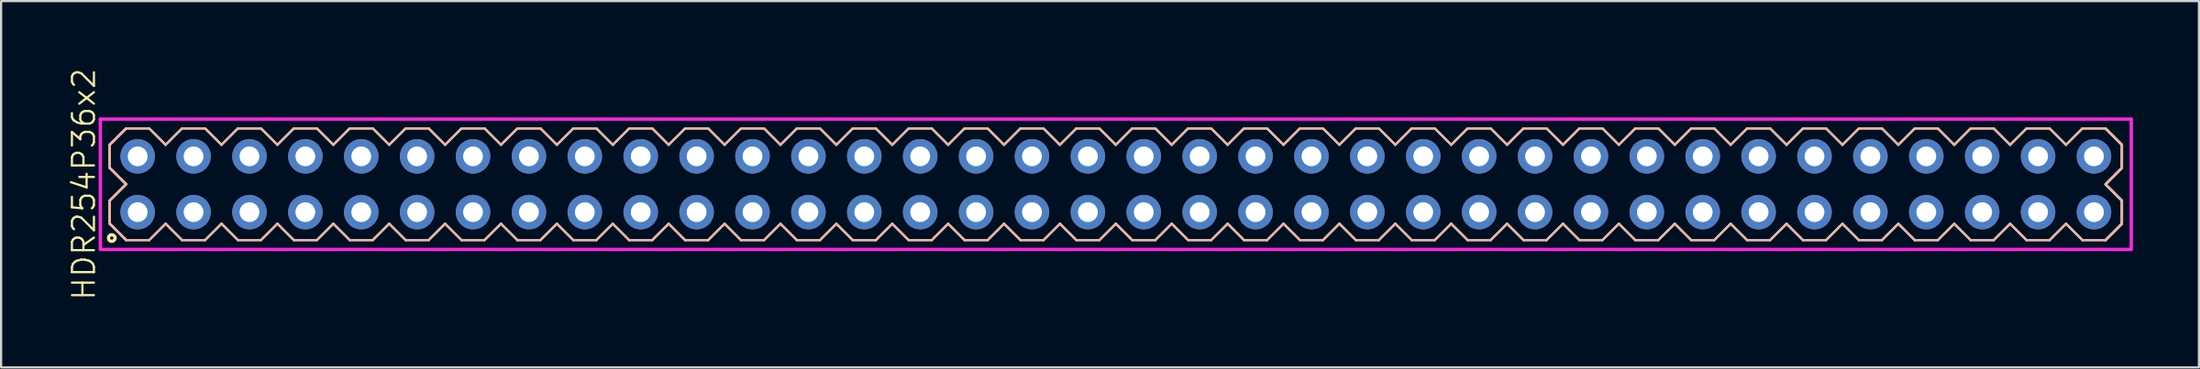
<source format=kicad_pcb>
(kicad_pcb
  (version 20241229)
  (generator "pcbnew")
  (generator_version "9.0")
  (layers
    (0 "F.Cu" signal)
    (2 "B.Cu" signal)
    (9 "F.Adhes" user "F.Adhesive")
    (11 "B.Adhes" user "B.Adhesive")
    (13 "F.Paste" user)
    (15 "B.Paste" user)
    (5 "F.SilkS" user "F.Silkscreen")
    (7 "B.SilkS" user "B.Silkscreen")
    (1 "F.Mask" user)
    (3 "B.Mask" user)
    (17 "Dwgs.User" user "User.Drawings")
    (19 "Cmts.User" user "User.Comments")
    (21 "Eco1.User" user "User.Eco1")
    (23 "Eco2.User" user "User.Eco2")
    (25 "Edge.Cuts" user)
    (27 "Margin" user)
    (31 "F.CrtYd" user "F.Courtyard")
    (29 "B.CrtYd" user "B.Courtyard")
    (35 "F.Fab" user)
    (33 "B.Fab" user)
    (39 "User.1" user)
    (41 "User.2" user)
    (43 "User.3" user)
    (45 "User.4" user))
  (footprint "HDR254P36x2"
    (layer "F.Cu")
    (at 47.656 5.336)
    (property "Reference" "HDR254P36x2" (at -46.895 0 90) (layer "F.SilkS") (effects (font (size 1 1) (thickness 0.1))))
    (attr through_hole)
    (fp_line (start -45.72 -1.796) (end -44.976 -2.54) (stroke (width 0.1) (type solid)) (layer "F.SilkS"))
    (fp_line (start -45.72 -1.796) (end -44.976 -2.54) (stroke (width 0.1) (type solid)) (layer "F.SilkS"))
    (fp_line (start -45.72 -0.744) (end -45.72 -1.796) (stroke (width 0.1) (type solid)) (layer "F.SilkS"))
    (fp_line (start -45.72 -0.744) (end -45.72 -1.796) (stroke (width 0.1) (type solid)) (layer "F.SilkS"))
    (fp_line (start -45.72 0.744) (end -44.976 0) (stroke (width 0.1) (type solid)) (layer "F.SilkS"))
    (fp_line (start -45.72 0.744) (end -44.976 0) (stroke (width 0.1) (type solid)) (layer "F.SilkS"))
    (fp_line (start -45.72 1.796) (end -45.72 0.744) (stroke (width 0.1) (type solid)) (layer "F.SilkS"))
    (fp_line (start -45.72 1.796) (end -45.72 0.744) (stroke (width 0.1) (type solid)) (layer "F.SilkS"))
    (fp_line (start -44.976 -2.54) (end -43.924 -2.54) (stroke (width 0.1) (type solid)) (layer "F.SilkS"))
    (fp_line (start -44.976 0) (end -45.72 -0.744) (stroke (width 0.1) (type solid)) (layer "F.SilkS"))
    (fp_line (start -44.976 0) (end -45.72 -0.744) (stroke (width 0.1) (type solid)) (layer "F.SilkS"))
    (fp_line (start -44.976 2.54) (end -45.72 1.796) (stroke (width 0.1) (type solid)) (layer "F.SilkS"))
    (fp_line (start -44.976 2.54) (end -45.72 1.796) (stroke (width 0.1) (type solid)) (layer "F.SilkS"))
    (fp_line (start -43.924 -2.54) (end -43.18 -1.796) (stroke (width 0.1) (type solid)) (layer "F.SilkS"))
    (fp_line (start -43.924 2.54) (end -44.976 2.54) (stroke (width 0.1) (type solid)) (layer "F.SilkS"))
    (fp_line (start -43.18 -1.796) (end -42.436 -2.54) (stroke (width 0.1) (type solid)) (layer "F.SilkS"))
    (fp_line (start -43.18 1.796) (end -43.924 2.54) (stroke (width 0.1) (type solid)) (layer "F.SilkS"))
    (fp_line (start -42.436 -2.54) (end -41.384 -2.54) (stroke (width 0.1) (type solid)) (layer "F.SilkS"))
    (fp_line (start -42.436 2.54) (end -43.18 1.796) (stroke (width 0.1) (type solid)) (layer "F.SilkS"))
    (fp_line (start -41.384 -2.54) (end -40.64 -1.796) (stroke (width 0.1) (type solid)) (layer "F.SilkS"))
    (fp_line (start -41.384 2.54) (end -42.436 2.54) (stroke (width 0.1) (type solid)) (layer "F.SilkS"))
    (fp_line (start -40.64 -1.796) (end -39.896 -2.54) (stroke (width 0.1) (type solid)) (layer "F.SilkS"))
    (fp_line (start -40.64 1.796) (end -41.384 2.54) (stroke (width 0.1) (type solid)) (layer "F.SilkS"))
    (fp_line (start -39.896 -2.54) (end -38.844 -2.54) (stroke (width 0.1) (type solid)) (layer "F.SilkS"))
    (fp_line (start -39.896 2.54) (end -40.64 1.796) (stroke (width 0.1) (type solid)) (layer "F.SilkS"))
    (fp_line (start -38.844 -2.54) (end -38.1 -1.796) (stroke (width 0.1) (type solid)) (layer "F.SilkS"))
    (fp_line (start -38.844 2.54) (end -39.896 2.54) (stroke (width 0.1) (type solid)) (layer "F.SilkS"))
    (fp_line (start -38.1 -1.796) (end -37.356 -2.54) (stroke (width 0.1) (type solid)) (layer "F.SilkS"))
    (fp_line (start -38.1 1.796) (end -38.844 2.54) (stroke (width 0.1) (type solid)) (layer "F.SilkS"))
    (fp_line (start -37.356 -2.54) (end -36.304 -2.54) (stroke (width 0.1) (type solid)) (layer "F.SilkS"))
    (fp_line (start -37.356 2.54) (end -38.1 1.796) (stroke (width 0.1) (type solid)) (layer "F.SilkS"))
    (fp_line (start -36.304 -2.54) (end -35.56 -1.796) (stroke (width 0.1) (type solid)) (layer "F.SilkS"))
    (fp_line (start -36.304 2.54) (end -37.356 2.54) (stroke (width 0.1) (type solid)) (layer "F.SilkS"))
    (fp_line (start -35.56 -1.796) (end -34.816 -2.54) (stroke (width 0.1) (type solid)) (layer "F.SilkS"))
    (fp_line (start -35.56 1.796) (end -36.304 2.54) (stroke (width 0.1) (type solid)) (layer "F.SilkS"))
    (fp_line (start -34.816 -2.54) (end -33.764 -2.54) (stroke (width 0.1) (type solid)) (layer "F.SilkS"))
    (fp_line (start -34.816 2.54) (end -35.56 1.796) (stroke (width 0.1) (type solid)) (layer "F.SilkS"))
    (fp_line (start -33.764 -2.54) (end -33.02 -1.796) (stroke (width 0.1) (type solid)) (layer "F.SilkS"))
    (fp_line (start -33.764 2.54) (end -34.816 2.54) (stroke (width 0.1) (type solid)) (layer "F.SilkS"))
    (fp_line (start -33.02 -1.796) (end -32.276 -2.54) (stroke (width 0.1) (type solid)) (layer "F.SilkS"))
    (fp_line (start -33.02 1.796) (end -33.764 2.54) (stroke (width 0.1) (type solid)) (layer "F.SilkS"))
    (fp_line (start -32.276 -2.54) (end -31.224 -2.54) (stroke (width 0.1) (type solid)) (layer "F.SilkS"))
    (fp_line (start -32.276 2.54) (end -33.02 1.796) (stroke (width 0.1) (type solid)) (layer "F.SilkS"))
    (fp_line (start -31.224 -2.54) (end -30.48 -1.796) (stroke (width 0.1) (type solid)) (layer "F.SilkS"))
    (fp_line (start -31.224 2.54) (end -32.276 2.54) (stroke (width 0.1) (type solid)) (layer "F.SilkS"))
    (fp_line (start -30.48 -1.796) (end -29.736 -2.54) (stroke (width 0.1) (type solid)) (layer "F.SilkS"))
    (fp_line (start -30.48 1.796) (end -31.224 2.54) (stroke (width 0.1) (type solid)) (layer "F.SilkS"))
    (fp_line (start -29.736 -2.54) (end -28.684 -2.54) (stroke (width 0.1) (type solid)) (layer "F.SilkS"))
    (fp_line (start -29.736 2.54) (end -30.48 1.796) (stroke (width 0.1) (type solid)) (layer "F.SilkS"))
    (fp_line (start -28.684 -2.54) (end -27.94 -1.796) (stroke (width 0.1) (type solid)) (layer "F.SilkS"))
    (fp_line (start -28.684 2.54) (end -29.736 2.54) (stroke (width 0.1) (type solid)) (layer "F.SilkS"))
    (fp_line (start -27.94 -1.796) (end -27.196 -2.54) (stroke (width 0.1) (type solid)) (layer "F.SilkS"))
    (fp_line (start -27.94 1.796) (end -28.684 2.54) (stroke (width 0.1) (type solid)) (layer "F.SilkS"))
    (fp_line (start -27.196 -2.54) (end -26.144 -2.54) (stroke (width 0.1) (type solid)) (layer "F.SilkS"))
    (fp_line (start -27.196 2.54) (end -27.94 1.796) (stroke (width 0.1) (type solid)) (layer "F.SilkS"))
    (fp_line (start -26.144 -2.54) (end -25.4 -1.796) (stroke (width 0.1) (type solid)) (layer "F.SilkS"))
    (fp_line (start -26.144 2.54) (end -27.196 2.54) (stroke (width 0.1) (type solid)) (layer "F.SilkS"))
    (fp_line (start -25.4 -1.796) (end -24.656 -2.54) (stroke (width 0.1) (type solid)) (layer "F.SilkS"))
    (fp_line (start -25.4 1.796) (end -26.144 2.54) (stroke (width 0.1) (type solid)) (layer "F.SilkS"))
    (fp_line (start -24.656 -2.54) (end -23.604 -2.54) (stroke (width 0.1) (type solid)) (layer "F.SilkS"))
    (fp_line (start -24.656 2.54) (end -25.4 1.796) (stroke (width 0.1) (type solid)) (layer "F.SilkS"))
    (fp_line (start -23.604 -2.54) (end -22.86 -1.796) (stroke (width 0.1) (type solid)) (layer "F.SilkS"))
    (fp_line (start -23.604 2.54) (end -24.656 2.54) (stroke (width 0.1) (type solid)) (layer "F.SilkS"))
    (fp_line (start -22.86 -1.796) (end -22.116 -2.54) (stroke (width 0.1) (type solid)) (layer "F.SilkS"))
    (fp_line (start -22.86 1.796) (end -23.604 2.54) (stroke (width 0.1) (type solid)) (layer "F.SilkS"))
    (fp_line (start -22.116 -2.54) (end -21.064 -2.54) (stroke (width 0.1) (type solid)) (layer "F.SilkS"))
    (fp_line (start -22.116 2.54) (end -22.86 1.796) (stroke (width 0.1) (type solid)) (layer "F.SilkS"))
    (fp_line (start -21.064 -2.54) (end -20.32 -1.796) (stroke (width 0.1) (type solid)) (layer "F.SilkS"))
    (fp_line (start -21.064 2.54) (end -22.116 2.54) (stroke (width 0.1) (type solid)) (layer "F.SilkS"))
    (fp_line (start -20.32 -1.796) (end -19.576 -2.54) (stroke (width 0.1) (type solid)) (layer "F.SilkS"))
    (fp_line (start -20.32 1.796) (end -21.064 2.54) (stroke (width 0.1) (type solid)) (layer "F.SilkS"))
    (fp_line (start -19.576 -2.54) (end -18.524 -2.54) (stroke (width 0.1) (type solid)) (layer "F.SilkS"))
    (fp_line (start -19.576 2.54) (end -20.32 1.796) (stroke (width 0.1) (type solid)) (layer "F.SilkS"))
    (fp_line (start -18.524 -2.54) (end -17.78 -1.796) (stroke (width 0.1) (type solid)) (layer "F.SilkS"))
    (fp_line (start -18.524 2.54) (end -19.576 2.54) (stroke (width 0.1) (type solid)) (layer "F.SilkS"))
    (fp_line (start -17.78 -1.796) (end -17.036 -2.54) (stroke (width 0.1) (type solid)) (layer "F.SilkS"))
    (fp_line (start -17.78 1.796) (end -18.524 2.54) (stroke (width 0.1) (type solid)) (layer "F.SilkS"))
    (fp_line (start -17.036 -2.54) (end -15.984 -2.54) (stroke (width 0.1) (type solid)) (layer "F.SilkS"))
    (fp_line (start -17.036 2.54) (end -17.78 1.796) (stroke (width 0.1) (type solid)) (layer "F.SilkS"))
    (fp_line (start -15.984 -2.54) (end -15.24 -1.796) (stroke (width 0.1) (type solid)) (layer "F.SilkS"))
    (fp_line (start -15.984 2.54) (end -17.036 2.54) (stroke (width 0.1) (type solid)) (layer "F.SilkS"))
    (fp_line (start -15.24 -1.796) (end -14.496 -2.54) (stroke (width 0.1) (type solid)) (layer "F.SilkS"))
    (fp_line (start -15.24 1.796) (end -15.984 2.54) (stroke (width 0.1) (type solid)) (layer "F.SilkS"))
    (fp_line (start -14.496 -2.54) (end -13.444 -2.54) (stroke (width 0.1) (type solid)) (layer "F.SilkS"))
    (fp_line (start -14.496 2.54) (end -15.24 1.796) (stroke (width 0.1) (type solid)) (layer "F.SilkS"))
    (fp_line (start -13.444 -2.54) (end -12.7 -1.796) (stroke (width 0.1) (type solid)) (layer "F.SilkS"))
    (fp_line (start -13.444 2.54) (end -14.496 2.54) (stroke (width 0.1) (type solid)) (layer "F.SilkS"))
    (fp_line (start -12.7 -1.796) (end -11.956 -2.54) (stroke (width 0.1) (type solid)) (layer "F.SilkS"))
    (fp_line (start -12.7 1.796) (end -13.444 2.54) (stroke (width 0.1) (type solid)) (layer "F.SilkS"))
    (fp_line (start -11.956 -2.54) (end -10.904 -2.54) (stroke (width 0.1) (type solid)) (layer "F.SilkS"))
    (fp_line (start -11.956 2.54) (end -12.7 1.796) (stroke (width 0.1) (type solid)) (layer "F.SilkS"))
    (fp_line (start -10.904 -2.54) (end -10.16 -1.796) (stroke (width 0.1) (type solid)) (layer "F.SilkS"))
    (fp_line (start -10.904 2.54) (end -11.956 2.54) (stroke (width 0.1) (type solid)) (layer "F.SilkS"))
    (fp_line (start -10.16 -1.796) (end -9.416 -2.54) (stroke (width 0.1) (type solid)) (layer "F.SilkS"))
    (fp_line (start -10.16 1.796) (end -10.904 2.54) (stroke (width 0.1) (type solid)) (layer "F.SilkS"))
    (fp_line (start -9.416 -2.54) (end -8.364 -2.54) (stroke (width 0.1) (type solid)) (layer "F.SilkS"))
    (fp_line (start -9.416 2.54) (end -10.16 1.796) (stroke (width 0.1) (type solid)) (layer "F.SilkS"))
    (fp_line (start -8.364 -2.54) (end -7.62 -1.796) (stroke (width 0.1) (type solid)) (layer "F.SilkS"))
    (fp_line (start -8.364 2.54) (end -9.416 2.54) (stroke (width 0.1) (type solid)) (layer "F.SilkS"))
    (fp_line (start -7.62 -1.796) (end -6.876 -2.54) (stroke (width 0.1) (type solid)) (layer "F.SilkS"))
    (fp_line (start -7.62 1.796) (end -8.364 2.54) (stroke (width 0.1) (type solid)) (layer "F.SilkS"))
    (fp_line (start -6.876 -2.54) (end -5.824 -2.54) (stroke (width 0.1) (type solid)) (layer "F.SilkS"))
    (fp_line (start -6.876 2.54) (end -7.62 1.796) (stroke (width 0.1) (type solid)) (layer "F.SilkS"))
    (fp_line (start -5.824 -2.54) (end -5.08 -1.796) (stroke (width 0.1) (type solid)) (layer "F.SilkS"))
    (fp_line (start -5.824 2.54) (end -6.876 2.54) (stroke (width 0.1) (type solid)) (layer "F.SilkS"))
    (fp_line (start -5.08 -1.796) (end -4.336 -2.54) (stroke (width 0.1) (type solid)) (layer "F.SilkS"))
    (fp_line (start -5.08 1.796) (end -5.824 2.54) (stroke (width 0.1) (type solid)) (layer "F.SilkS"))
    (fp_line (start -4.336 -2.54) (end -3.284 -2.54) (stroke (width 0.1) (type solid)) (layer "F.SilkS"))
    (fp_line (start -4.336 2.54) (end -5.08 1.796) (stroke (width 0.1) (type solid)) (layer "F.SilkS"))
    (fp_line (start -3.284 -2.54) (end -2.54 -1.796) (stroke (width 0.1) (type solid)) (layer "F.SilkS"))
    (fp_line (start -3.284 2.54) (end -4.336 2.54) (stroke (width 0.1) (type solid)) (layer "F.SilkS"))
    (fp_line (start -2.54 -1.796) (end -1.796 -2.54) (stroke (width 0.1) (type solid)) (layer "F.SilkS"))
    (fp_line (start -2.54 1.796) (end -3.284 2.54) (stroke (width 0.1) (type solid)) (layer "F.SilkS"))
    (fp_line (start -1.796 -2.54) (end -0.744 -2.54) (stroke (width 0.1) (type solid)) (layer "F.SilkS"))
    (fp_line (start -1.796 2.54) (end -2.54 1.796) (stroke (width 0.1) (type solid)) (layer "F.SilkS"))
    (fp_line (start -0.744 -2.54) (end 0 -1.796) (stroke (width 0.1) (type solid)) (layer "F.SilkS"))
    (fp_line (start -0.744 2.54) (end -1.796 2.54) (stroke (width 0.1) (type solid)) (layer "F.SilkS"))
    (fp_line (start 0 -1.796) (end 0.744 -2.54) (stroke (width 0.1) (type solid)) (layer "F.SilkS"))
    (fp_line (start 0 1.796) (end -0.744 2.54) (stroke (width 0.1) (type solid)) (layer "F.SilkS"))
    (fp_line (start 0.744 -2.54) (end 1.796 -2.54) (stroke (width 0.1) (type solid)) (layer "F.SilkS"))
    (fp_line (start 0.744 2.54) (end 0 1.796) (stroke (width 0.1) (type solid)) (layer "F.SilkS"))
    (fp_line (start 1.796 -2.54) (end 2.54 -1.796) (stroke (width 0.1) (type solid)) (layer "F.SilkS"))
    (fp_line (start 1.796 2.54) (end 0.744 2.54) (stroke (width 0.1) (type solid)) (layer "F.SilkS"))
    (fp_line (start 2.54 -1.796) (end 3.284 -2.54) (stroke (width 0.1) (type solid)) (layer "F.SilkS"))
    (fp_line (start 2.54 1.796) (end 1.796 2.54) (stroke (width 0.1) (type solid)) (layer "F.SilkS"))
    (fp_line (start 3.284 -2.54) (end 4.336 -2.54) (stroke (width 0.1) (type solid)) (layer "F.SilkS"))
    (fp_line (start 3.284 2.54) (end 2.54 1.796) (stroke (width 0.1) (type solid)) (layer "F.SilkS"))
    (fp_line (start 4.336 -2.54) (end 5.08 -1.796) (stroke (width 0.1) (type solid)) (layer "F.SilkS"))
    (fp_line (start 4.336 2.54) (end 3.284 2.54) (stroke (width 0.1) (type solid)) (layer "F.SilkS"))
    (fp_line (start 5.08 -1.796) (end 5.824 -2.54) (stroke (width 0.1) (type solid)) (layer "F.SilkS"))
    (fp_line (start 5.08 1.796) (end 4.336 2.54) (stroke (width 0.1) (type solid)) (layer "F.SilkS"))
    (fp_line (start 5.824 -2.54) (end 6.876 -2.54) (stroke (width 0.1) (type solid)) (layer "F.SilkS"))
    (fp_line (start 5.824 2.54) (end 5.08 1.796) (stroke (width 0.1) (type solid)) (layer "F.SilkS"))
    (fp_line (start 6.876 -2.54) (end 7.62 -1.796) (stroke (width 0.1) (type solid)) (layer "F.SilkS"))
    (fp_line (start 6.876 2.54) (end 5.824 2.54) (stroke (width 0.1) (type solid)) (layer "F.SilkS"))
    (fp_line (start 7.62 -1.796) (end 8.364 -2.54) (stroke (width 0.1) (type solid)) (layer "F.SilkS"))
    (fp_line (start 7.62 1.796) (end 6.876 2.54) (stroke (width 0.1) (type solid)) (layer "F.SilkS"))
    (fp_line (start 8.364 -2.54) (end 9.416 -2.54) (stroke (width 0.1) (type solid)) (layer "F.SilkS"))
    (fp_line (start 8.364 2.54) (end 7.62 1.796) (stroke (width 0.1) (type solid)) (layer "F.SilkS"))
    (fp_line (start 9.416 -2.54) (end 10.16 -1.796) (stroke (width 0.1) (type solid)) (layer "F.SilkS"))
    (fp_line (start 9.416 2.54) (end 8.364 2.54) (stroke (width 0.1) (type solid)) (layer "F.SilkS"))
    (fp_line (start 10.16 -1.796) (end 10.904 -2.54) (stroke (width 0.1) (type solid)) (layer "F.SilkS"))
    (fp_line (start 10.16 1.796) (end 9.416 2.54) (stroke (width 0.1) (type solid)) (layer "F.SilkS"))
    (fp_line (start 10.904 -2.54) (end 11.956 -2.54) (stroke (width 0.1) (type solid)) (layer "F.SilkS"))
    (fp_line (start 10.904 2.54) (end 10.16 1.796) (stroke (width 0.1) (type solid)) (layer "F.SilkS"))
    (fp_line (start 11.956 -2.54) (end 12.7 -1.796) (stroke (width 0.1) (type solid)) (layer "F.SilkS"))
    (fp_line (start 11.956 2.54) (end 10.904 2.54) (stroke (width 0.1) (type solid)) (layer "F.SilkS"))
    (fp_line (start 12.7 -1.796) (end 13.444 -2.54) (stroke (width 0.1) (type solid)) (layer "F.SilkS"))
    (fp_line (start 12.7 1.796) (end 11.956 2.54) (stroke (width 0.1) (type solid)) (layer "F.SilkS"))
    (fp_line (start 13.444 -2.54) (end 14.496 -2.54) (stroke (width 0.1) (type solid)) (layer "F.SilkS"))
    (fp_line (start 13.444 2.54) (end 12.7 1.796) (stroke (width 0.1) (type solid)) (layer "F.SilkS"))
    (fp_line (start 14.496 -2.54) (end 15.24 -1.796) (stroke (width 0.1) (type solid)) (layer "F.SilkS"))
    (fp_line (start 14.496 2.54) (end 13.444 2.54) (stroke (width 0.1) (type solid)) (layer "F.SilkS"))
    (fp_line (start 15.24 -1.796) (end 15.984 -2.54) (stroke (width 0.1) (type solid)) (layer "F.SilkS"))
    (fp_line (start 15.24 1.796) (end 14.496 2.54) (stroke (width 0.1) (type solid)) (layer "F.SilkS"))
    (fp_line (start 15.984 -2.54) (end 17.036 -2.54) (stroke (width 0.1) (type solid)) (layer "F.SilkS"))
    (fp_line (start 15.984 2.54) (end 15.24 1.796) (stroke (width 0.1) (type solid)) (layer "F.SilkS"))
    (fp_line (start 17.036 -2.54) (end 17.78 -1.796) (stroke (width 0.1) (type solid)) (layer "F.SilkS"))
    (fp_line (start 17.036 2.54) (end 15.984 2.54) (stroke (width 0.1) (type solid)) (layer "F.SilkS"))
    (fp_line (start 17.78 -1.796) (end 18.524 -2.54) (stroke (width 0.1) (type solid)) (layer "F.SilkS"))
    (fp_line (start 17.78 1.796) (end 17.036 2.54) (stroke (width 0.1) (type solid)) (layer "F.SilkS"))
    (fp_line (start 18.524 -2.54) (end 19.576 -2.54) (stroke (width 0.1) (type solid)) (layer "F.SilkS"))
    (fp_line (start 18.524 2.54) (end 17.78 1.796) (stroke (width 0.1) (type solid)) (layer "F.SilkS"))
    (fp_line (start 19.576 -2.54) (end 20.32 -1.796) (stroke (width 0.1) (type solid)) (layer "F.SilkS"))
    (fp_line (start 19.576 2.54) (end 18.524 2.54) (stroke (width 0.1) (type solid)) (layer "F.SilkS"))
    (fp_line (start 20.32 -1.796) (end 21.064 -2.54) (stroke (width 0.1) (type solid)) (layer "F.SilkS"))
    (fp_line (start 20.32 1.796) (end 19.576 2.54) (stroke (width 0.1) (type solid)) (layer "F.SilkS"))
    (fp_line (start 21.064 -2.54) (end 22.116 -2.54) (stroke (width 0.1) (type solid)) (layer "F.SilkS"))
    (fp_line (start 21.064 2.54) (end 20.32 1.796) (stroke (width 0.1) (type solid)) (layer "F.SilkS"))
    (fp_line (start 22.116 -2.54) (end 22.86 -1.796) (stroke (width 0.1) (type solid)) (layer "F.SilkS"))
    (fp_line (start 22.116 2.54) (end 21.064 2.54) (stroke (width 0.1) (type solid)) (layer "F.SilkS"))
    (fp_line (start 22.86 -1.796) (end 23.604 -2.54) (stroke (width 0.1) (type solid)) (layer "F.SilkS"))
    (fp_line (start 22.86 1.796) (end 22.116 2.54) (stroke (width 0.1) (type solid)) (layer "F.SilkS"))
    (fp_line (start 23.604 -2.54) (end 24.656 -2.54) (stroke (width 0.1) (type solid)) (layer "F.SilkS"))
    (fp_line (start 23.604 2.54) (end 22.86 1.796) (stroke (width 0.1) (type solid)) (layer "F.SilkS"))
    (fp_line (start 24.656 -2.54) (end 25.4 -1.796) (stroke (width 0.1) (type solid)) (layer "F.SilkS"))
    (fp_line (start 24.656 2.54) (end 23.604 2.54) (stroke (width 0.1) (type solid)) (layer "F.SilkS"))
    (fp_line (start 25.4 -1.796) (end 26.144 -2.54) (stroke (width 0.1) (type solid)) (layer "F.SilkS"))
    (fp_line (start 25.4 1.796) (end 24.656 2.54) (stroke (width 0.1) (type solid)) (layer "F.SilkS"))
    (fp_line (start 26.144 -2.54) (end 27.196 -2.54) (stroke (width 0.1) (type solid)) (layer "F.SilkS"))
    (fp_line (start 26.144 2.54) (end 25.4 1.796) (stroke (width 0.1) (type solid)) (layer "F.SilkS"))
    (fp_line (start 27.196 -2.54) (end 27.94 -1.796) (stroke (width 0.1) (type solid)) (layer "F.SilkS"))
    (fp_line (start 27.196 2.54) (end 26.144 2.54) (stroke (width 0.1) (type solid)) (layer "F.SilkS"))
    (fp_line (start 27.94 -1.796) (end 28.684 -2.54) (stroke (width 0.1) (type solid)) (layer "F.SilkS"))
    (fp_line (start 27.94 1.796) (end 27.196 2.54) (stroke (width 0.1) (type solid)) (layer "F.SilkS"))
    (fp_line (start 28.684 -2.54) (end 29.736 -2.54) (stroke (width 0.1) (type solid)) (layer "F.SilkS"))
    (fp_line (start 28.684 2.54) (end 27.94 1.796) (stroke (width 0.1) (type solid)) (layer "F.SilkS"))
    (fp_line (start 29.736 -2.54) (end 30.48 -1.796) (stroke (width 0.1) (type solid)) (layer "F.SilkS"))
    (fp_line (start 29.736 2.54) (end 28.684 2.54) (stroke (width 0.1) (type solid)) (layer "F.SilkS"))
    (fp_line (start 30.48 -1.796) (end 31.224 -2.54) (stroke (width 0.1) (type solid)) (layer "F.SilkS"))
    (fp_line (start 30.48 1.796) (end 29.736 2.54) (stroke (width 0.1) (type solid)) (layer "F.SilkS"))
    (fp_line (start 31.224 -2.54) (end 32.276 -2.54) (stroke (width 0.1) (type solid)) (layer "F.SilkS"))
    (fp_line (start 31.224 2.54) (end 30.48 1.796) (stroke (width 0.1) (type solid)) (layer "F.SilkS"))
    (fp_line (start 32.276 -2.54) (end 33.02 -1.796) (stroke (width 0.1) (type solid)) (layer "F.SilkS"))
    (fp_line (start 32.276 2.54) (end 31.224 2.54) (stroke (width 0.1) (type solid)) (layer "F.SilkS"))
    (fp_line (start 33.02 -1.796) (end 33.764 -2.54) (stroke (width 0.1) (type solid)) (layer "F.SilkS"))
    (fp_line (start 33.02 1.796) (end 32.276 2.54) (stroke (width 0.1) (type solid)) (layer "F.SilkS"))
    (fp_line (start 33.764 -2.54) (end 34.816 -2.54) (stroke (width 0.1) (type solid)) (layer "F.SilkS"))
    (fp_line (start 33.764 2.54) (end 33.02 1.796) (stroke (width 0.1) (type solid)) (layer "F.SilkS"))
    (fp_line (start 34.816 -2.54) (end 35.56 -1.796) (stroke (width 0.1) (type solid)) (layer "F.SilkS"))
    (fp_line (start 34.816 2.54) (end 33.764 2.54) (stroke (width 0.1) (type solid)) (layer "F.SilkS"))
    (fp_line (start 35.56 -1.796) (end 36.304 -2.54) (stroke (width 0.1) (type solid)) (layer "F.SilkS"))
    (fp_line (start 35.56 1.796) (end 34.816 2.54) (stroke (width 0.1) (type solid)) (layer "F.SilkS"))
    (fp_line (start 36.304 -2.54) (end 37.356 -2.54) (stroke (width 0.1) (type solid)) (layer "F.SilkS"))
    (fp_line (start 36.304 2.54) (end 35.56 1.796) (stroke (width 0.1) (type solid)) (layer "F.SilkS"))
    (fp_line (start 37.356 -2.54) (end 38.1 -1.796) (stroke (width 0.1) (type solid)) (layer "F.SilkS"))
    (fp_line (start 37.356 2.54) (end 36.304 2.54) (stroke (width 0.1) (type solid)) (layer "F.SilkS"))
    (fp_line (start 38.1 -1.796) (end 38.844 -2.54) (stroke (width 0.1) (type solid)) (layer "F.SilkS"))
    (fp_line (start 38.1 1.796) (end 37.356 2.54) (stroke (width 0.1) (type solid)) (layer "F.SilkS"))
    (fp_line (start 38.844 -2.54) (end 39.896 -2.54) (stroke (width 0.1) (type solid)) (layer "F.SilkS"))
    (fp_line (start 38.844 2.54) (end 38.1 1.796) (stroke (width 0.1) (type solid)) (layer "F.SilkS"))
    (fp_line (start 39.896 -2.54) (end 40.64 -1.796) (stroke (width 0.1) (type solid)) (layer "F.SilkS"))
    (fp_line (start 39.896 2.54) (end 38.844 2.54) (stroke (width 0.1) (type solid)) (layer "F.SilkS"))
    (fp_line (start 40.64 -1.796) (end 41.384 -2.54) (stroke (width 0.1) (type solid)) (layer "F.SilkS"))
    (fp_line (start 40.64 1.796) (end 39.896 2.54) (stroke (width 0.1) (type solid)) (layer "F.SilkS"))
    (fp_line (start 41.384 -2.54) (end 42.436 -2.54) (stroke (width 0.1) (type solid)) (layer "F.SilkS"))
    (fp_line (start 41.384 2.54) (end 40.64 1.796) (stroke (width 0.1) (type solid)) (layer "F.SilkS"))
    (fp_line (start 42.436 -2.54) (end 43.18 -1.796) (stroke (width 0.1) (type solid)) (layer "F.SilkS"))
    (fp_line (start 42.436 2.54) (end 41.384 2.54) (stroke (width 0.1) (type solid)) (layer "F.SilkS"))
    (fp_line (start 43.18 -1.796) (end 43.924 -2.54) (stroke (width 0.1) (type solid)) (layer "F.SilkS"))
    (fp_line (start 43.18 1.796) (end 42.436 2.54) (stroke (width 0.1) (type solid)) (layer "F.SilkS"))
    (fp_line (start 43.924 -2.54) (end 44.976 -2.54) (stroke (width 0.1) (type solid)) (layer "F.SilkS"))
    (fp_line (start 43.924 2.54) (end 43.18 1.796) (stroke (width 0.1) (type solid)) (layer "F.SilkS"))
    (fp_line (start 44.976 -2.54) (end 45.72 -1.796) (stroke (width 0.1) (type solid)) (layer "F.SilkS"))
    (fp_line (start 44.976 -2.54) (end 45.72 -1.796) (stroke (width 0.1) (type solid)) (layer "F.SilkS"))
    (fp_line (start 44.976 0) (end 45.72 0.744) (stroke (width 0.1) (type solid)) (layer "F.SilkS"))
    (fp_line (start 44.976 0) (end 45.72 0.744) (stroke (width 0.1) (type solid)) (layer "F.SilkS"))
    (fp_line (start 44.976 2.54) (end 43.924 2.54) (stroke (width 0.1) (type solid)) (layer "F.SilkS"))
    (fp_line (start 45.72 -1.796) (end 45.72 -0.744) (stroke (width 0.1) (type solid)) (layer "F.SilkS"))
    (fp_line (start 45.72 -1.796) (end 45.72 -0.744) (stroke (width 0.1) (type solid)) (layer "F.SilkS"))
    (fp_line (start 45.72 -0.744) (end 44.976 0) (stroke (width 0.1) (type solid)) (layer "F.SilkS"))
    (fp_line (start 45.72 -0.744) (end 44.976 0) (stroke (width 0.1) (type solid)) (layer "F.SilkS"))
    (fp_line (start 45.72 0.744) (end 45.72 1.796) (stroke (width 0.1) (type solid)) (layer "F.SilkS"))
    (fp_line (start 45.72 0.744) (end 45.72 1.796) (stroke (width 0.1) (type solid)) (layer "F.SilkS"))
    (fp_line (start 45.72 1.796) (end 44.976 2.54) (stroke (width 0.1) (type solid)) (layer "F.SilkS"))
    (fp_line (start 45.72 1.796) (end 44.976 2.54) (stroke (width 0.1) (type solid)) (layer "F.SilkS"))
    (fp_circle (center -45.627 2.448) (end -45.477 2.448) (stroke (width 0.15) (type solid)) (fill no) (layer "F.SilkS"))
    (fp_line (start -45.72 -1.796) (end -44.976 -2.54) (stroke (width 0.1) (type solid)) (layer "B.SilkS"))
    (fp_line (start -45.72 -1.796) (end -44.976 -2.54) (stroke (width 0.1) (type solid)) (layer "B.SilkS"))
    (fp_line (start -45.72 -0.744) (end -45.72 -1.796) (stroke (width 0.1) (type solid)) (layer "B.SilkS"))
    (fp_line (start -45.72 -0.744) (end -45.72 -1.796) (stroke (width 0.1) (type solid)) (layer "B.SilkS"))
    (fp_line (start -45.72 0.744) (end -44.976 0) (stroke (width 0.1) (type solid)) (layer "B.SilkS"))
    (fp_line (start -45.72 0.744) (end -44.976 0) (stroke (width 0.1) (type solid)) (layer "B.SilkS"))
    (fp_line (start -45.72 1.796) (end -45.72 0.744) (stroke (width 0.1) (type solid)) (layer "B.SilkS"))
    (fp_line (start -45.72 1.796) (end -45.72 0.744) (stroke (width 0.1) (type solid)) (layer "B.SilkS"))
    (fp_line (start -44.976 -2.54) (end -43.924 -2.54) (stroke (width 0.1) (type solid)) (layer "B.SilkS"))
    (fp_line (start -44.976 0) (end -45.72 -0.744) (stroke (width 0.1) (type solid)) (layer "B.SilkS"))
    (fp_line (start -44.976 0) (end -45.72 -0.744) (stroke (width 0.1) (type solid)) (layer "B.SilkS"))
    (fp_line (start -44.976 2.54) (end -45.72 1.796) (stroke (width 0.1) (type solid)) (layer "B.SilkS"))
    (fp_line (start -44.976 2.54) (end -45.72 1.796) (stroke (width 0.1) (type solid)) (layer "B.SilkS"))
    (fp_line (start -43.924 -2.54) (end -43.18 -1.796) (stroke (width 0.1) (type solid)) (layer "B.SilkS"))
    (fp_line (start -43.924 2.54) (end -44.976 2.54) (stroke (width 0.1) (type solid)) (layer "B.SilkS"))
    (fp_line (start -43.18 -1.796) (end -42.436 -2.54) (stroke (width 0.1) (type solid)) (layer "B.SilkS"))
    (fp_line (start -43.18 1.796) (end -43.924 2.54) (stroke (width 0.1) (type solid)) (layer "B.SilkS"))
    (fp_line (start -42.436 -2.54) (end -41.384 -2.54) (stroke (width 0.1) (type solid)) (layer "B.SilkS"))
    (fp_line (start -42.436 2.54) (end -43.18 1.796) (stroke (width 0.1) (type solid)) (layer "B.SilkS"))
    (fp_line (start -41.384 -2.54) (end -40.64 -1.796) (stroke (width 0.1) (type solid)) (layer "B.SilkS"))
    (fp_line (start -41.384 2.54) (end -42.436 2.54) (stroke (width 0.1) (type solid)) (layer "B.SilkS"))
    (fp_line (start -40.64 -1.796) (end -39.896 -2.54) (stroke (width 0.1) (type solid)) (layer "B.SilkS"))
    (fp_line (start -40.64 1.796) (end -41.384 2.54) (stroke (width 0.1) (type solid)) (layer "B.SilkS"))
    (fp_line (start -39.896 -2.54) (end -38.844 -2.54) (stroke (width 0.1) (type solid)) (layer "B.SilkS"))
    (fp_line (start -39.896 2.54) (end -40.64 1.796) (stroke (width 0.1) (type solid)) (layer "B.SilkS"))
    (fp_line (start -38.844 -2.54) (end -38.1 -1.796) (stroke (width 0.1) (type solid)) (layer "B.SilkS"))
    (fp_line (start -38.844 2.54) (end -39.896 2.54) (stroke (width 0.1) (type solid)) (layer "B.SilkS"))
    (fp_line (start -38.1 -1.796) (end -37.356 -2.54) (stroke (width 0.1) (type solid)) (layer "B.SilkS"))
    (fp_line (start -38.1 1.796) (end -38.844 2.54) (stroke (width 0.1) (type solid)) (layer "B.SilkS"))
    (fp_line (start -37.356 -2.54) (end -36.304 -2.54) (stroke (width 0.1) (type solid)) (layer "B.SilkS"))
    (fp_line (start -37.356 2.54) (end -38.1 1.796) (stroke (width 0.1) (type solid)) (layer "B.SilkS"))
    (fp_line (start -36.304 -2.54) (end -35.56 -1.796) (stroke (width 0.1) (type solid)) (layer "B.SilkS"))
    (fp_line (start -36.304 2.54) (end -37.356 2.54) (stroke (width 0.1) (type solid)) (layer "B.SilkS"))
    (fp_line (start -35.56 -1.796) (end -34.816 -2.54) (stroke (width 0.1) (type solid)) (layer "B.SilkS"))
    (fp_line (start -35.56 1.796) (end -36.304 2.54) (stroke (width 0.1) (type solid)) (layer "B.SilkS"))
    (fp_line (start -34.816 -2.54) (end -33.764 -2.54) (stroke (width 0.1) (type solid)) (layer "B.SilkS"))
    (fp_line (start -34.816 2.54) (end -35.56 1.796) (stroke (width 0.1) (type solid)) (layer "B.SilkS"))
    (fp_line (start -33.764 -2.54) (end -33.02 -1.796) (stroke (width 0.1) (type solid)) (layer "B.SilkS"))
    (fp_line (start -33.764 2.54) (end -34.816 2.54) (stroke (width 0.1) (type solid)) (layer "B.SilkS"))
    (fp_line (start -33.02 -1.796) (end -32.276 -2.54) (stroke (width 0.1) (type solid)) (layer "B.SilkS"))
    (fp_line (start -33.02 1.796) (end -33.764 2.54) (stroke (width 0.1) (type solid)) (layer "B.SilkS"))
    (fp_line (start -32.276 -2.54) (end -31.224 -2.54) (stroke (width 0.1) (type solid)) (layer "B.SilkS"))
    (fp_line (start -32.276 2.54) (end -33.02 1.796) (stroke (width 0.1) (type solid)) (layer "B.SilkS"))
    (fp_line (start -31.224 -2.54) (end -30.48 -1.796) (stroke (width 0.1) (type solid)) (layer "B.SilkS"))
    (fp_line (start -31.224 2.54) (end -32.276 2.54) (stroke (width 0.1) (type solid)) (layer "B.SilkS"))
    (fp_line (start -30.48 -1.796) (end -29.736 -2.54) (stroke (width 0.1) (type solid)) (layer "B.SilkS"))
    (fp_line (start -30.48 1.796) (end -31.224 2.54) (stroke (width 0.1) (type solid)) (layer "B.SilkS"))
    (fp_line (start -29.736 -2.54) (end -28.684 -2.54) (stroke (width 0.1) (type solid)) (layer "B.SilkS"))
    (fp_line (start -29.736 2.54) (end -30.48 1.796) (stroke (width 0.1) (type solid)) (layer "B.SilkS"))
    (fp_line (start -28.684 -2.54) (end -27.94 -1.796) (stroke (width 0.1) (type solid)) (layer "B.SilkS"))
    (fp_line (start -28.684 2.54) (end -29.736 2.54) (stroke (width 0.1) (type solid)) (layer "B.SilkS"))
    (fp_line (start -27.94 -1.796) (end -27.196 -2.54) (stroke (width 0.1) (type solid)) (layer "B.SilkS"))
    (fp_line (start -27.94 1.796) (end -28.684 2.54) (stroke (width 0.1) (type solid)) (layer "B.SilkS"))
    (fp_line (start -27.196 -2.54) (end -26.144 -2.54) (stroke (width 0.1) (type solid)) (layer "B.SilkS"))
    (fp_line (start -27.196 2.54) (end -27.94 1.796) (stroke (width 0.1) (type solid)) (layer "B.SilkS"))
    (fp_line (start -26.144 -2.54) (end -25.4 -1.796) (stroke (width 0.1) (type solid)) (layer "B.SilkS"))
    (fp_line (start -26.144 2.54) (end -27.196 2.54) (stroke (width 0.1) (type solid)) (layer "B.SilkS"))
    (fp_line (start -25.4 -1.796) (end -24.656 -2.54) (stroke (width 0.1) (type solid)) (layer "B.SilkS"))
    (fp_line (start -25.4 1.796) (end -26.144 2.54) (stroke (width 0.1) (type solid)) (layer "B.SilkS"))
    (fp_line (start -24.656 -2.54) (end -23.604 -2.54) (stroke (width 0.1) (type solid)) (layer "B.SilkS"))
    (fp_line (start -24.656 2.54) (end -25.4 1.796) (stroke (width 0.1) (type solid)) (layer "B.SilkS"))
    (fp_line (start -23.604 -2.54) (end -22.86 -1.796) (stroke (width 0.1) (type solid)) (layer "B.SilkS"))
    (fp_line (start -23.604 2.54) (end -24.656 2.54) (stroke (width 0.1) (type solid)) (layer "B.SilkS"))
    (fp_line (start -22.86 -1.796) (end -22.116 -2.54) (stroke (width 0.1) (type solid)) (layer "B.SilkS"))
    (fp_line (start -22.86 1.796) (end -23.604 2.54) (stroke (width 0.1) (type solid)) (layer "B.SilkS"))
    (fp_line (start -22.116 -2.54) (end -21.064 -2.54) (stroke (width 0.1) (type solid)) (layer "B.SilkS"))
    (fp_line (start -22.116 2.54) (end -22.86 1.796) (stroke (width 0.1) (type solid)) (layer "B.SilkS"))
    (fp_line (start -21.064 -2.54) (end -20.32 -1.796) (stroke (width 0.1) (type solid)) (layer "B.SilkS"))
    (fp_line (start -21.064 2.54) (end -22.116 2.54) (stroke (width 0.1) (type solid)) (layer "B.SilkS"))
    (fp_line (start -20.32 -1.796) (end -19.576 -2.54) (stroke (width 0.1) (type solid)) (layer "B.SilkS"))
    (fp_line (start -20.32 1.796) (end -21.064 2.54) (stroke (width 0.1) (type solid)) (layer "B.SilkS"))
    (fp_line (start -19.576 -2.54) (end -18.524 -2.54) (stroke (width 0.1) (type solid)) (layer "B.SilkS"))
    (fp_line (start -19.576 2.54) (end -20.32 1.796) (stroke (width 0.1) (type solid)) (layer "B.SilkS"))
    (fp_line (start -18.524 -2.54) (end -17.78 -1.796) (stroke (width 0.1) (type solid)) (layer "B.SilkS"))
    (fp_line (start -18.524 2.54) (end -19.576 2.54) (stroke (width 0.1) (type solid)) (layer "B.SilkS"))
    (fp_line (start -17.78 -1.796) (end -17.036 -2.54) (stroke (width 0.1) (type solid)) (layer "B.SilkS"))
    (fp_line (start -17.78 1.796) (end -18.524 2.54) (stroke (width 0.1) (type solid)) (layer "B.SilkS"))
    (fp_line (start -17.036 -2.54) (end -15.984 -2.54) (stroke (width 0.1) (type solid)) (layer "B.SilkS"))
    (fp_line (start -17.036 2.54) (end -17.78 1.796) (stroke (width 0.1) (type solid)) (layer "B.SilkS"))
    (fp_line (start -15.984 -2.54) (end -15.24 -1.796) (stroke (width 0.1) (type solid)) (layer "B.SilkS"))
    (fp_line (start -15.984 2.54) (end -17.036 2.54) (stroke (width 0.1) (type solid)) (layer "B.SilkS"))
    (fp_line (start -15.24 -1.796) (end -14.496 -2.54) (stroke (width 0.1) (type solid)) (layer "B.SilkS"))
    (fp_line (start -15.24 1.796) (end -15.984 2.54) (stroke (width 0.1) (type solid)) (layer "B.SilkS"))
    (fp_line (start -14.496 -2.54) (end -13.444 -2.54) (stroke (width 0.1) (type solid)) (layer "B.SilkS"))
    (fp_line (start -14.496 2.54) (end -15.24 1.796) (stroke (width 0.1) (type solid)) (layer "B.SilkS"))
    (fp_line (start -13.444 -2.54) (end -12.7 -1.796) (stroke (width 0.1) (type solid)) (layer "B.SilkS"))
    (fp_line (start -13.444 2.54) (end -14.496 2.54) (stroke (width 0.1) (type solid)) (layer "B.SilkS"))
    (fp_line (start -12.7 -1.796) (end -11.956 -2.54) (stroke (width 0.1) (type solid)) (layer "B.SilkS"))
    (fp_line (start -12.7 1.796) (end -13.444 2.54) (stroke (width 0.1) (type solid)) (layer "B.SilkS"))
    (fp_line (start -11.956 -2.54) (end -10.904 -2.54) (stroke (width 0.1) (type solid)) (layer "B.SilkS"))
    (fp_line (start -11.956 2.54) (end -12.7 1.796) (stroke (width 0.1) (type solid)) (layer "B.SilkS"))
    (fp_line (start -10.904 -2.54) (end -10.16 -1.796) (stroke (width 0.1) (type solid)) (layer "B.SilkS"))
    (fp_line (start -10.904 2.54) (end -11.956 2.54) (stroke (width 0.1) (type solid)) (layer "B.SilkS"))
    (fp_line (start -10.16 -1.796) (end -9.416 -2.54) (stroke (width 0.1) (type solid)) (layer "B.SilkS"))
    (fp_line (start -10.16 1.796) (end -10.904 2.54) (stroke (width 0.1) (type solid)) (layer "B.SilkS"))
    (fp_line (start -9.416 -2.54) (end -8.364 -2.54) (stroke (width 0.1) (type solid)) (layer "B.SilkS"))
    (fp_line (start -9.416 2.54) (end -10.16 1.796) (stroke (width 0.1) (type solid)) (layer "B.SilkS"))
    (fp_line (start -8.364 -2.54) (end -7.62 -1.796) (stroke (width 0.1) (type solid)) (layer "B.SilkS"))
    (fp_line (start -8.364 2.54) (end -9.416 2.54) (stroke (width 0.1) (type solid)) (layer "B.SilkS"))
    (fp_line (start -7.62 -1.796) (end -6.876 -2.54) (stroke (width 0.1) (type solid)) (layer "B.SilkS"))
    (fp_line (start -7.62 1.796) (end -8.364 2.54) (stroke (width 0.1) (type solid)) (layer "B.SilkS"))
    (fp_line (start -6.876 -2.54) (end -5.824 -2.54) (stroke (width 0.1) (type solid)) (layer "B.SilkS"))
    (fp_line (start -6.876 2.54) (end -7.62 1.796) (stroke (width 0.1) (type solid)) (layer "B.SilkS"))
    (fp_line (start -5.824 -2.54) (end -5.08 -1.796) (stroke (width 0.1) (type solid)) (layer "B.SilkS"))
    (fp_line (start -5.824 2.54) (end -6.876 2.54) (stroke (width 0.1) (type solid)) (layer "B.SilkS"))
    (fp_line (start -5.08 -1.796) (end -4.336 -2.54) (stroke (width 0.1) (type solid)) (layer "B.SilkS"))
    (fp_line (start -5.08 1.796) (end -5.824 2.54) (stroke (width 0.1) (type solid)) (layer "B.SilkS"))
    (fp_line (start -4.336 -2.54) (end -3.284 -2.54) (stroke (width 0.1) (type solid)) (layer "B.SilkS"))
    (fp_line (start -4.336 2.54) (end -5.08 1.796) (stroke (width 0.1) (type solid)) (layer "B.SilkS"))
    (fp_line (start -3.284 -2.54) (end -2.54 -1.796) (stroke (width 0.1) (type solid)) (layer "B.SilkS"))
    (fp_line (start -3.284 2.54) (end -4.336 2.54) (stroke (width 0.1) (type solid)) (layer "B.SilkS"))
    (fp_line (start -2.54 -1.796) (end -1.796 -2.54) (stroke (width 0.1) (type solid)) (layer "B.SilkS"))
    (fp_line (start -2.54 1.796) (end -3.284 2.54) (stroke (width 0.1) (type solid)) (layer "B.SilkS"))
    (fp_line (start -1.796 -2.54) (end -0.744 -2.54) (stroke (width 0.1) (type solid)) (layer "B.SilkS"))
    (fp_line (start -1.796 2.54) (end -2.54 1.796) (stroke (width 0.1) (type solid)) (layer "B.SilkS"))
    (fp_line (start -0.744 -2.54) (end 0 -1.796) (stroke (width 0.1) (type solid)) (layer "B.SilkS"))
    (fp_line (start -0.744 2.54) (end -1.796 2.54) (stroke (width 0.1) (type solid)) (layer "B.SilkS"))
    (fp_line (start 0 -1.796) (end 0.744 -2.54) (stroke (width 0.1) (type solid)) (layer "B.SilkS"))
    (fp_line (start 0 1.796) (end -0.744 2.54) (stroke (width 0.1) (type solid)) (layer "B.SilkS"))
    (fp_line (start 0.744 -2.54) (end 1.796 -2.54) (stroke (width 0.1) (type solid)) (layer "B.SilkS"))
    (fp_line (start 0.744 2.54) (end 0 1.796) (stroke (width 0.1) (type solid)) (layer "B.SilkS"))
    (fp_line (start 1.796 -2.54) (end 2.54 -1.796) (stroke (width 0.1) (type solid)) (layer "B.SilkS"))
    (fp_line (start 1.796 2.54) (end 0.744 2.54) (stroke (width 0.1) (type solid)) (layer "B.SilkS"))
    (fp_line (start 2.54 -1.796) (end 3.284 -2.54) (stroke (width 0.1) (type solid)) (layer "B.SilkS"))
    (fp_line (start 2.54 1.796) (end 1.796 2.54) (stroke (width 0.1) (type solid)) (layer "B.SilkS"))
    (fp_line (start 3.284 -2.54) (end 4.336 -2.54) (stroke (width 0.1) (type solid)) (layer "B.SilkS"))
    (fp_line (start 3.284 2.54) (end 2.54 1.796) (stroke (width 0.1) (type solid)) (layer "B.SilkS"))
    (fp_line (start 4.336 -2.54) (end 5.08 -1.796) (stroke (width 0.1) (type solid)) (layer "B.SilkS"))
    (fp_line (start 4.336 2.54) (end 3.284 2.54) (stroke (width 0.1) (type solid)) (layer "B.SilkS"))
    (fp_line (start 5.08 -1.796) (end 5.824 -2.54) (stroke (width 0.1) (type solid)) (layer "B.SilkS"))
    (fp_line (start 5.08 1.796) (end 4.336 2.54) (stroke (width 0.1) (type solid)) (layer "B.SilkS"))
    (fp_line (start 5.824 -2.54) (end 6.876 -2.54) (stroke (width 0.1) (type solid)) (layer "B.SilkS"))
    (fp_line (start 5.824 2.54) (end 5.08 1.796) (stroke (width 0.1) (type solid)) (layer "B.SilkS"))
    (fp_line (start 6.876 -2.54) (end 7.62 -1.796) (stroke (width 0.1) (type solid)) (layer "B.SilkS"))
    (fp_line (start 6.876 2.54) (end 5.824 2.54) (stroke (width 0.1) (type solid)) (layer "B.SilkS"))
    (fp_line (start 7.62 -1.796) (end 8.364 -2.54) (stroke (width 0.1) (type solid)) (layer "B.SilkS"))
    (fp_line (start 7.62 1.796) (end 6.876 2.54) (stroke (width 0.1) (type solid)) (layer "B.SilkS"))
    (fp_line (start 8.364 -2.54) (end 9.416 -2.54) (stroke (width 0.1) (type solid)) (layer "B.SilkS"))
    (fp_line (start 8.364 2.54) (end 7.62 1.796) (stroke (width 0.1) (type solid)) (layer "B.SilkS"))
    (fp_line (start 9.416 -2.54) (end 10.16 -1.796) (stroke (width 0.1) (type solid)) (layer "B.SilkS"))
    (fp_line (start 9.416 2.54) (end 8.364 2.54) (stroke (width 0.1) (type solid)) (layer "B.SilkS"))
    (fp_line (start 10.16 -1.796) (end 10.904 -2.54) (stroke (width 0.1) (type solid)) (layer "B.SilkS"))
    (fp_line (start 10.16 1.796) (end 9.416 2.54) (stroke (width 0.1) (type solid)) (layer "B.SilkS"))
    (fp_line (start 10.904 -2.54) (end 11.956 -2.54) (stroke (width 0.1) (type solid)) (layer "B.SilkS"))
    (fp_line (start 10.904 2.54) (end 10.16 1.796) (stroke (width 0.1) (type solid)) (layer "B.SilkS"))
    (fp_line (start 11.956 -2.54) (end 12.7 -1.796) (stroke (width 0.1) (type solid)) (layer "B.SilkS"))
    (fp_line (start 11.956 2.54) (end 10.904 2.54) (stroke (width 0.1) (type solid)) (layer "B.SilkS"))
    (fp_line (start 12.7 -1.796) (end 13.444 -2.54) (stroke (width 0.1) (type solid)) (layer "B.SilkS"))
    (fp_line (start 12.7 1.796) (end 11.956 2.54) (stroke (width 0.1) (type solid)) (layer "B.SilkS"))
    (fp_line (start 13.444 -2.54) (end 14.496 -2.54) (stroke (width 0.1) (type solid)) (layer "B.SilkS"))
    (fp_line (start 13.444 2.54) (end 12.7 1.796) (stroke (width 0.1) (type solid)) (layer "B.SilkS"))
    (fp_line (start 14.496 -2.54) (end 15.24 -1.796) (stroke (width 0.1) (type solid)) (layer "B.SilkS"))
    (fp_line (start 14.496 2.54) (end 13.444 2.54) (stroke (width 0.1) (type solid)) (layer "B.SilkS"))
    (fp_line (start 15.24 -1.796) (end 15.984 -2.54) (stroke (width 0.1) (type solid)) (layer "B.SilkS"))
    (fp_line (start 15.24 1.796) (end 14.496 2.54) (stroke (width 0.1) (type solid)) (layer "B.SilkS"))
    (fp_line (start 15.984 -2.54) (end 17.036 -2.54) (stroke (width 0.1) (type solid)) (layer "B.SilkS"))
    (fp_line (start 15.984 2.54) (end 15.24 1.796) (stroke (width 0.1) (type solid)) (layer "B.SilkS"))
    (fp_line (start 17.036 -2.54) (end 17.78 -1.796) (stroke (width 0.1) (type solid)) (layer "B.SilkS"))
    (fp_line (start 17.036 2.54) (end 15.984 2.54) (stroke (width 0.1) (type solid)) (layer "B.SilkS"))
    (fp_line (start 17.78 -1.796) (end 18.524 -2.54) (stroke (width 0.1) (type solid)) (layer "B.SilkS"))
    (fp_line (start 17.78 1.796) (end 17.036 2.54) (stroke (width 0.1) (type solid)) (layer "B.SilkS"))
    (fp_line (start 18.524 -2.54) (end 19.576 -2.54) (stroke (width 0.1) (type solid)) (layer "B.SilkS"))
    (fp_line (start 18.524 2.54) (end 17.78 1.796) (stroke (width 0.1) (type solid)) (layer "B.SilkS"))
    (fp_line (start 19.576 -2.54) (end 20.32 -1.796) (stroke (width 0.1) (type solid)) (layer "B.SilkS"))
    (fp_line (start 19.576 2.54) (end 18.524 2.54) (stroke (width 0.1) (type solid)) (layer "B.SilkS"))
    (fp_line (start 20.32 -1.796) (end 21.064 -2.54) (stroke (width 0.1) (type solid)) (layer "B.SilkS"))
    (fp_line (start 20.32 1.796) (end 19.576 2.54) (stroke (width 0.1) (type solid)) (layer "B.SilkS"))
    (fp_line (start 21.064 -2.54) (end 22.116 -2.54) (stroke (width 0.1) (type solid)) (layer "B.SilkS"))
    (fp_line (start 21.064 2.54) (end 20.32 1.796) (stroke (width 0.1) (type solid)) (layer "B.SilkS"))
    (fp_line (start 22.116 -2.54) (end 22.86 -1.796) (stroke (width 0.1) (type solid)) (layer "B.SilkS"))
    (fp_line (start 22.116 2.54) (end 21.064 2.54) (stroke (width 0.1) (type solid)) (layer "B.SilkS"))
    (fp_line (start 22.86 -1.796) (end 23.604 -2.54) (stroke (width 0.1) (type solid)) (layer "B.SilkS"))
    (fp_line (start 22.86 1.796) (end 22.116 2.54) (stroke (width 0.1) (type solid)) (layer "B.SilkS"))
    (fp_line (start 23.604 -2.54) (end 24.656 -2.54) (stroke (width 0.1) (type solid)) (layer "B.SilkS"))
    (fp_line (start 23.604 2.54) (end 22.86 1.796) (stroke (width 0.1) (type solid)) (layer "B.SilkS"))
    (fp_line (start 24.656 -2.54) (end 25.4 -1.796) (stroke (width 0.1) (type solid)) (layer "B.SilkS"))
    (fp_line (start 24.656 2.54) (end 23.604 2.54) (stroke (width 0.1) (type solid)) (layer "B.SilkS"))
    (fp_line (start 25.4 -1.796) (end 26.144 -2.54) (stroke (width 0.1) (type solid)) (layer "B.SilkS"))
    (fp_line (start 25.4 1.796) (end 24.656 2.54) (stroke (width 0.1) (type solid)) (layer "B.SilkS"))
    (fp_line (start 26.144 -2.54) (end 27.196 -2.54) (stroke (width 0.1) (type solid)) (layer "B.SilkS"))
    (fp_line (start 26.144 2.54) (end 25.4 1.796) (stroke (width 0.1) (type solid)) (layer "B.SilkS"))
    (fp_line (start 27.196 -2.54) (end 27.94 -1.796) (stroke (width 0.1) (type solid)) (layer "B.SilkS"))
    (fp_line (start 27.196 2.54) (end 26.144 2.54) (stroke (width 0.1) (type solid)) (layer "B.SilkS"))
    (fp_line (start 27.94 -1.796) (end 28.684 -2.54) (stroke (width 0.1) (type solid)) (layer "B.SilkS"))
    (fp_line (start 27.94 1.796) (end 27.196 2.54) (stroke (width 0.1) (type solid)) (layer "B.SilkS"))
    (fp_line (start 28.684 -2.54) (end 29.736 -2.54) (stroke (width 0.1) (type solid)) (layer "B.SilkS"))
    (fp_line (start 28.684 2.54) (end 27.94 1.796) (stroke (width 0.1) (type solid)) (layer "B.SilkS"))
    (fp_line (start 29.736 -2.54) (end 30.48 -1.796) (stroke (width 0.1) (type solid)) (layer "B.SilkS"))
    (fp_line (start 29.736 2.54) (end 28.684 2.54) (stroke (width 0.1) (type solid)) (layer "B.SilkS"))
    (fp_line (start 30.48 -1.796) (end 31.224 -2.54) (stroke (width 0.1) (type solid)) (layer "B.SilkS"))
    (fp_line (start 30.48 1.796) (end 29.736 2.54) (stroke (width 0.1) (type solid)) (layer "B.SilkS"))
    (fp_line (start 31.224 -2.54) (end 32.276 -2.54) (stroke (width 0.1) (type solid)) (layer "B.SilkS"))
    (fp_line (start 31.224 2.54) (end 30.48 1.796) (stroke (width 0.1) (type solid)) (layer "B.SilkS"))
    (fp_line (start 32.276 -2.54) (end 33.02 -1.796) (stroke (width 0.1) (type solid)) (layer "B.SilkS"))
    (fp_line (start 32.276 2.54) (end 31.224 2.54) (stroke (width 0.1) (type solid)) (layer "B.SilkS"))
    (fp_line (start 33.02 -1.796) (end 33.764 -2.54) (stroke (width 0.1) (type solid)) (layer "B.SilkS"))
    (fp_line (start 33.02 1.796) (end 32.276 2.54) (stroke (width 0.1) (type solid)) (layer "B.SilkS"))
    (fp_line (start 33.764 -2.54) (end 34.816 -2.54) (stroke (width 0.1) (type solid)) (layer "B.SilkS"))
    (fp_line (start 33.764 2.54) (end 33.02 1.796) (stroke (width 0.1) (type solid)) (layer "B.SilkS"))
    (fp_line (start 34.816 -2.54) (end 35.56 -1.796) (stroke (width 0.1) (type solid)) (layer "B.SilkS"))
    (fp_line (start 34.816 2.54) (end 33.764 2.54) (stroke (width 0.1) (type solid)) (layer "B.SilkS"))
    (fp_line (start 35.56 -1.796) (end 36.304 -2.54) (stroke (width 0.1) (type solid)) (layer "B.SilkS"))
    (fp_line (start 35.56 1.796) (end 34.816 2.54) (stroke (width 0.1) (type solid)) (layer "B.SilkS"))
    (fp_line (start 36.304 -2.54) (end 37.356 -2.54) (stroke (width 0.1) (type solid)) (layer "B.SilkS"))
    (fp_line (start 36.304 2.54) (end 35.56 1.796) (stroke (width 0.1) (type solid)) (layer "B.SilkS"))
    (fp_line (start 37.356 -2.54) (end 38.1 -1.796) (stroke (width 0.1) (type solid)) (layer "B.SilkS"))
    (fp_line (start 37.356 2.54) (end 36.304 2.54) (stroke (width 0.1) (type solid)) (layer "B.SilkS"))
    (fp_line (start 38.1 -1.796) (end 38.844 -2.54) (stroke (width 0.1) (type solid)) (layer "B.SilkS"))
    (fp_line (start 38.1 1.796) (end 37.356 2.54) (stroke (width 0.1) (type solid)) (layer "B.SilkS"))
    (fp_line (start 38.844 -2.54) (end 39.896 -2.54) (stroke (width 0.1) (type solid)) (layer "B.SilkS"))
    (fp_line (start 38.844 2.54) (end 38.1 1.796) (stroke (width 0.1) (type solid)) (layer "B.SilkS"))
    (fp_line (start 39.896 -2.54) (end 40.64 -1.796) (stroke (width 0.1) (type solid)) (layer "B.SilkS"))
    (fp_line (start 39.896 2.54) (end 38.844 2.54) (stroke (width 0.1) (type solid)) (layer "B.SilkS"))
    (fp_line (start 40.64 -1.796) (end 41.384 -2.54) (stroke (width 0.1) (type solid)) (layer "B.SilkS"))
    (fp_line (start 40.64 1.796) (end 39.896 2.54) (stroke (width 0.1) (type solid)) (layer "B.SilkS"))
    (fp_line (start 41.384 -2.54) (end 42.436 -2.54) (stroke (width 0.1) (type solid)) (layer "B.SilkS"))
    (fp_line (start 41.384 2.54) (end 40.64 1.796) (stroke (width 0.1) (type solid)) (layer "B.SilkS"))
    (fp_line (start 42.436 -2.54) (end 43.18 -1.796) (stroke (width 0.1) (type solid)) (layer "B.SilkS"))
    (fp_line (start 42.436 2.54) (end 41.384 2.54) (stroke (width 0.1) (type solid)) (layer "B.SilkS"))
    (fp_line (start 43.18 -1.796) (end 43.924 -2.54) (stroke (width 0.1) (type solid)) (layer "B.SilkS"))
    (fp_line (start 43.18 1.796) (end 42.436 2.54) (stroke (width 0.1) (type solid)) (layer "B.SilkS"))
    (fp_line (start 43.924 -2.54) (end 44.976 -2.54) (stroke (width 0.1) (type solid)) (layer "B.SilkS"))
    (fp_line (start 43.924 2.54) (end 43.18 1.796) (stroke (width 0.1) (type solid)) (layer "B.SilkS"))
    (fp_line (start 44.976 -2.54) (end 45.72 -1.796) (stroke (width 0.1) (type solid)) (layer "B.SilkS"))
    (fp_line (start 44.976 -2.54) (end 45.72 -1.796) (stroke (width 0.1) (type solid)) (layer "B.SilkS"))
    (fp_line (start 44.976 0) (end 45.72 0.744) (stroke (width 0.1) (type solid)) (layer "B.SilkS"))
    (fp_line (start 44.976 0) (end 45.72 0.744) (stroke (width 0.1) (type solid)) (layer "B.SilkS"))
    (fp_line (start 44.976 2.54) (end 43.924 2.54) (stroke (width 0.1) (type solid)) (layer "B.SilkS"))
    (fp_line (start 45.72 -1.796) (end 45.72 -0.744) (stroke (width 0.1) (type solid)) (layer "B.SilkS"))
    (fp_line (start 45.72 -1.796) (end 45.72 -0.744) (stroke (width 0.1) (type solid)) (layer "B.SilkS"))
    (fp_line (start 45.72 -0.744) (end 44.976 0) (stroke (width 0.1) (type solid)) (layer "B.SilkS"))
    (fp_line (start 45.72 -0.744) (end 44.976 0) (stroke (width 0.1) (type solid)) (layer "B.SilkS"))
    (fp_line (start 45.72 0.744) (end 45.72 1.796) (stroke (width 0.1) (type solid)) (layer "B.SilkS"))
    (fp_line (start 45.72 0.744) (end 45.72 1.796) (stroke (width 0.1) (type solid)) (layer "B.SilkS"))
    (fp_line (start 45.72 1.796) (end 44.976 2.54) (stroke (width 0.1) (type solid)) (layer "B.SilkS"))
    (fp_line (start 45.72 1.796) (end 44.976 2.54) (stroke (width 0.1) (type solid)) (layer "B.SilkS"))
    (fp_line (start -46.145 -2.965) (end -46.145 2.965) (stroke (width 0.15) (type solid)) (layer "F.CrtYd"))
    (fp_line (start -46.145 2.965) (end 46.145 2.965) (stroke (width 0.15) (type solid)) (layer "F.CrtYd"))
    (fp_line (start 46.145 -2.965) (end -46.145 -2.965) (stroke (width 0.15) (type solid)) (layer "F.CrtYd"))
    (fp_line (start 46.145 2.965) (end 46.145 -2.965) (stroke (width 0.15) (type solid)) (layer "F.CrtYd"))
    (pad "1" thru_hole oval (at -44.45 1.27) (size 1.57 1.57) (drill 0.9) (layers "*.Cu" "*.Mask"))
    (pad "2" thru_hole oval (at -44.45 -1.27) (size 1.57 1.57) (drill 0.9) (layers "*.Cu" "*.Mask"))
    (pad "3" thru_hole oval (at -41.91 1.27) (size 1.57 1.57) (drill 0.9) (layers "*.Cu" "*.Mask"))
    (pad "4" thru_hole oval (at -41.91 -1.27) (size 1.57 1.57) (drill 0.9) (layers "*.Cu" "*.Mask"))
    (pad "5" thru_hole oval (at -39.37 1.27) (size 1.57 1.57) (drill 0.9) (layers "*.Cu" "*.Mask"))
    (pad "6" thru_hole oval (at -39.37 -1.27) (size 1.57 1.57) (drill 0.9) (layers "*.Cu" "*.Mask"))
    (pad "7" thru_hole oval (at -36.83 1.27) (size 1.57 1.57) (drill 0.9) (layers "*.Cu" "*.Mask"))
    (pad "8" thru_hole oval (at -36.83 -1.27) (size 1.57 1.57) (drill 0.9) (layers "*.Cu" "*.Mask"))
    (pad "9" thru_hole oval (at -34.29 1.27) (size 1.57 1.57) (drill 0.9) (layers "*.Cu" "*.Mask"))
    (pad "10" thru_hole oval (at -34.29 -1.27) (size 1.57 1.57) (drill 0.9) (layers "*.Cu" "*.Mask"))
    (pad "11" thru_hole oval (at -31.75 1.27) (size 1.57 1.57) (drill 0.9) (layers "*.Cu" "*.Mask"))
    (pad "12" thru_hole oval (at -31.75 -1.27) (size 1.57 1.57) (drill 0.9) (layers "*.Cu" "*.Mask"))
    (pad "13" thru_hole oval (at -29.21 1.27) (size 1.57 1.57) (drill 0.9) (layers "*.Cu" "*.Mask"))
    (pad "14" thru_hole oval (at -29.21 -1.27) (size 1.57 1.57) (drill 0.9) (layers "*.Cu" "*.Mask"))
    (pad "15" thru_hole oval (at -26.67 1.27) (size 1.57 1.57) (drill 0.9) (layers "*.Cu" "*.Mask"))
    (pad "16" thru_hole oval (at -26.67 -1.27) (size 1.57 1.57) (drill 0.9) (layers "*.Cu" "*.Mask"))
    (pad "17" thru_hole oval (at -24.13 1.27) (size 1.57 1.57) (drill 0.9) (layers "*.Cu" "*.Mask"))
    (pad "18" thru_hole oval (at -24.13 -1.27) (size 1.57 1.57) (drill 0.9) (layers "*.Cu" "*.Mask"))
    (pad "19" thru_hole oval (at -21.59 1.27) (size 1.57 1.57) (drill 0.9) (layers "*.Cu" "*.Mask"))
    (pad "20" thru_hole oval (at -21.59 -1.27) (size 1.57 1.57) (drill 0.9) (layers "*.Cu" "*.Mask"))
    (pad "21" thru_hole oval (at -19.05 1.27) (size 1.57 1.57) (drill 0.9) (layers "*.Cu" "*.Mask"))
    (pad "22" thru_hole oval (at -19.05 -1.27) (size 1.57 1.57) (drill 0.9) (layers "*.Cu" "*.Mask"))
    (pad "23" thru_hole oval (at -16.51 1.27) (size 1.57 1.57) (drill 0.9) (layers "*.Cu" "*.Mask"))
    (pad "24" thru_hole oval (at -16.51 -1.27) (size 1.57 1.57) (drill 0.9) (layers "*.Cu" "*.Mask"))
    (pad "25" thru_hole oval (at -13.97 1.27) (size 1.57 1.57) (drill 0.9) (layers "*.Cu" "*.Mask"))
    (pad "26" thru_hole oval (at -13.97 -1.27) (size 1.57 1.57) (drill 0.9) (layers "*.Cu" "*.Mask"))
    (pad "27" thru_hole oval (at -11.43 1.27) (size 1.57 1.57) (drill 0.9) (layers "*.Cu" "*.Mask"))
    (pad "28" thru_hole oval (at -11.43 -1.27) (size 1.57 1.57) (drill 0.9) (layers "*.Cu" "*.Mask"))
    (pad "29" thru_hole oval (at -8.89 1.27) (size 1.57 1.57) (drill 0.9) (layers "*.Cu" "*.Mask"))
    (pad "30" thru_hole oval (at -8.89 -1.27) (size 1.57 1.57) (drill 0.9) (layers "*.Cu" "*.Mask"))
    (pad "31" thru_hole oval (at -6.35 1.27) (size 1.57 1.57) (drill 0.9) (layers "*.Cu" "*.Mask"))
    (pad "32" thru_hole oval (at -6.35 -1.27) (size 1.57 1.57) (drill 0.9) (layers "*.Cu" "*.Mask"))
    (pad "33" thru_hole oval (at -3.81 1.27) (size 1.57 1.57) (drill 0.9) (layers "*.Cu" "*.Mask"))
    (pad "34" thru_hole oval (at -3.81 -1.27) (size 1.57 1.57) (drill 0.9) (layers "*.Cu" "*.Mask"))
    (pad "35" thru_hole oval (at -1.27 1.27) (size 1.57 1.57) (drill 0.9) (layers "*.Cu" "*.Mask"))
    (pad "36" thru_hole oval (at -1.27 -1.27) (size 1.57 1.57) (drill 0.9) (layers "*.Cu" "*.Mask"))
    (pad "37" thru_hole oval (at 1.27 1.27) (size 1.57 1.57) (drill 0.9) (layers "*.Cu" "*.Mask"))
    (pad "38" thru_hole oval (at 1.27 -1.27) (size 1.57 1.57) (drill 0.9) (layers "*.Cu" "*.Mask"))
    (pad "39" thru_hole oval (at 3.81 1.27) (size 1.57 1.57) (drill 0.9) (layers "*.Cu" "*.Mask"))
    (pad "40" thru_hole oval (at 3.81 -1.27) (size 1.57 1.57) (drill 0.9) (layers "*.Cu" "*.Mask"))
    (pad "41" thru_hole oval (at 6.35 1.27) (size 1.57 1.57) (drill 0.9) (layers "*.Cu" "*.Mask"))
    (pad "42" thru_hole oval (at 6.35 -1.27) (size 1.57 1.57) (drill 0.9) (layers "*.Cu" "*.Mask"))
    (pad "43" thru_hole oval (at 8.89 1.27) (size 1.57 1.57) (drill 0.9) (layers "*.Cu" "*.Mask"))
    (pad "44" thru_hole oval (at 8.89 -1.27) (size 1.57 1.57) (drill 0.9) (layers "*.Cu" "*.Mask"))
    (pad "45" thru_hole oval (at 11.43 1.27) (size 1.57 1.57) (drill 0.9) (layers "*.Cu" "*.Mask"))
    (pad "46" thru_hole oval (at 11.43 -1.27) (size 1.57 1.57) (drill 0.9) (layers "*.Cu" "*.Mask"))
    (pad "47" thru_hole oval (at 13.97 1.27) (size 1.57 1.57) (drill 0.9) (layers "*.Cu" "*.Mask"))
    (pad "48" thru_hole oval (at 13.97 -1.27) (size 1.57 1.57) (drill 0.9) (layers "*.Cu" "*.Mask"))
    (pad "49" thru_hole oval (at 16.51 1.27) (size 1.57 1.57) (drill 0.9) (layers "*.Cu" "*.Mask"))
    (pad "50" thru_hole oval (at 16.51 -1.27) (size 1.57 1.57) (drill 0.9) (layers "*.Cu" "*.Mask"))
    (pad "51" thru_hole oval (at 19.05 1.27) (size 1.57 1.57) (drill 0.9) (layers "*.Cu" "*.Mask"))
    (pad "52" thru_hole oval (at 19.05 -1.27) (size 1.57 1.57) (drill 0.9) (layers "*.Cu" "*.Mask"))
    (pad "53" thru_hole oval (at 21.59 1.27) (size 1.57 1.57) (drill 0.9) (layers "*.Cu" "*.Mask"))
    (pad "54" thru_hole oval (at 21.59 -1.27) (size 1.57 1.57) (drill 0.9) (layers "*.Cu" "*.Mask"))
    (pad "55" thru_hole oval (at 24.13 1.27) (size 1.57 1.57) (drill 0.9) (layers "*.Cu" "*.Mask"))
    (pad "56" thru_hole oval (at 24.13 -1.27) (size 1.57 1.57) (drill 0.9) (layers "*.Cu" "*.Mask"))
    (pad "57" thru_hole oval (at 26.67 1.27) (size 1.57 1.57) (drill 0.9) (layers "*.Cu" "*.Mask"))
    (pad "58" thru_hole oval (at 26.67 -1.27) (size 1.57 1.57) (drill 0.9) (layers "*.Cu" "*.Mask"))
    (pad "59" thru_hole oval (at 29.21 1.27) (size 1.57 1.57) (drill 0.9) (layers "*.Cu" "*.Mask"))
    (pad "60" thru_hole oval (at 29.21 -1.27) (size 1.57 1.57) (drill 0.9) (layers "*.Cu" "*.Mask"))
    (pad "61" thru_hole oval (at 31.75 1.27) (size 1.57 1.57) (drill 0.9) (layers "*.Cu" "*.Mask"))
    (pad "62" thru_hole oval (at 31.75 -1.27) (size 1.57 1.57) (drill 0.9) (layers "*.Cu" "*.Mask"))
    (pad "63" thru_hole oval (at 34.29 1.27) (size 1.57 1.57) (drill 0.9) (layers "*.Cu" "*.Mask"))
    (pad "64" thru_hole oval (at 34.29 -1.27) (size 1.57 1.57) (drill 0.9) (layers "*.Cu" "*.Mask"))
    (pad "65" thru_hole oval (at 36.83 1.27) (size 1.57 1.57) (drill 0.9) (layers "*.Cu" "*.Mask"))
    (pad "66" thru_hole oval (at 36.83 -1.27) (size 1.57 1.57) (drill 0.9) (layers "*.Cu" "*.Mask"))
    (pad "67" thru_hole oval (at 39.37 1.27) (size 1.57 1.57) (drill 0.9) (layers "*.Cu" "*.Mask"))
    (pad "68" thru_hole oval (at 39.37 -1.27) (size 1.57 1.57) (drill 0.9) (layers "*.Cu" "*.Mask"))
    (pad "69" thru_hole oval (at 41.91 1.27) (size 1.57 1.57) (drill 0.9) (layers "*.Cu" "*.Mask"))
    (pad "70" thru_hole oval (at 41.91 -1.27) (size 1.57 1.57) (drill 0.9) (layers "*.Cu" "*.Mask"))
    (pad "71" thru_hole oval (at 44.45 1.27) (size 1.57 1.57) (drill 0.9) (layers "*.Cu" "*.Mask"))
    (pad "72" thru_hole oval (at 44.45 -1.27) (size 1.57 1.57) (drill 0.9) (layers "*.Cu" "*.Mask")))
  (gr_rect
    (start -3 -3)
    (end 96.876 13.671)
    (stroke (width 0.1) (type default))
    (fill no)
    (layer "Edge.Cuts")))
</source>
